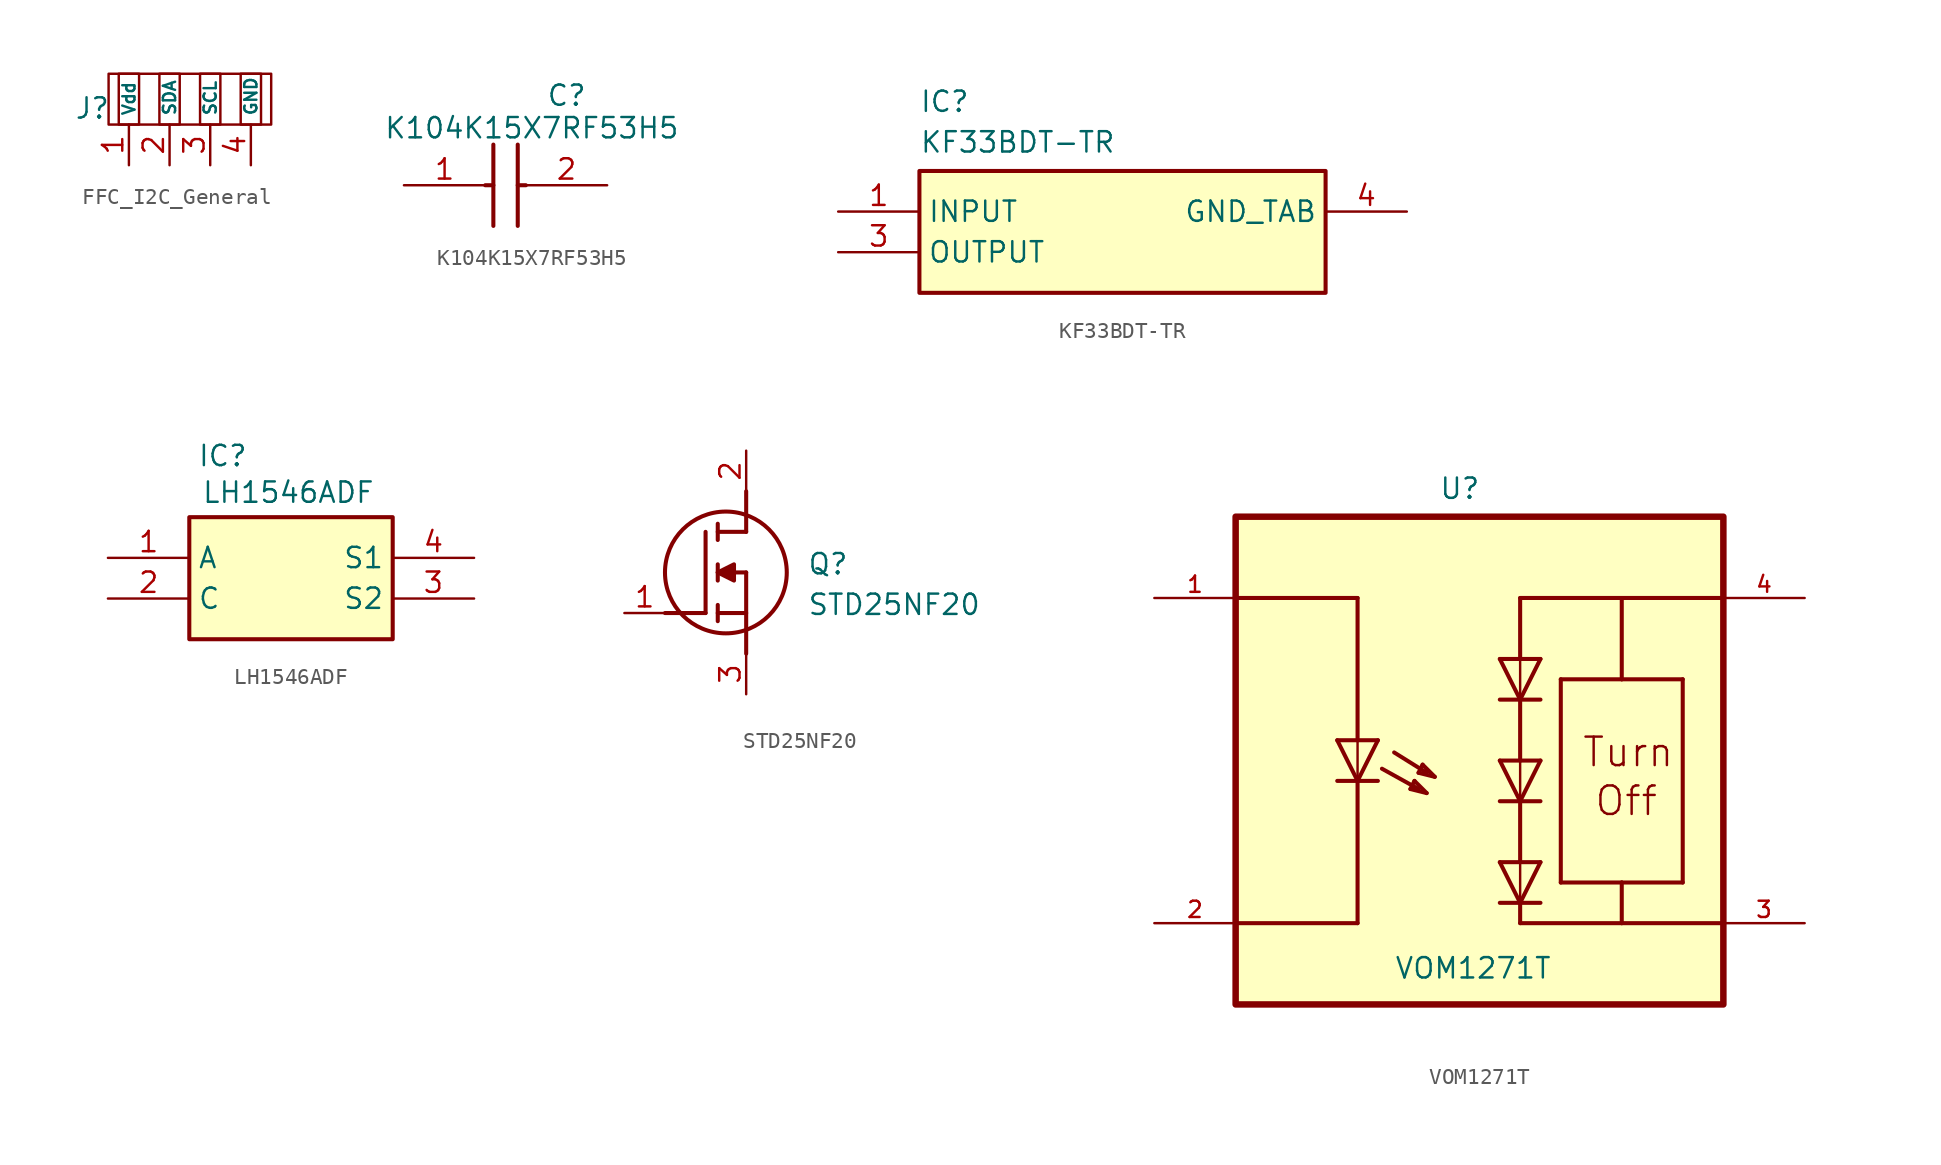
<source format=kicad_sym>
(kicad_symbol_lib
  (version 20231120)
  (generator "kicad_symbol_editor")
  (generator_version "8.0")
  (symbol "FFC_I2C_General"
    (property "Reference" "J"
      (at -1.016 1.016 0)
      (effects (font (size 1.27 1.27))))
    (property "Value" ""
      (at 0 0 0)
      (effects (font (size 1.27 1.27))))
    (symbol "FFC_I2C_General_0_1"
      (rectangle (start 0 3.175) (end 10.16 0) (stroke (width 0) (type default)) (fill (type none)))
      (rectangle (start 0.635 3.175) (end 1.905 0) (stroke (width 0) (type default)) (fill (type none)))
      (rectangle (start 3.175 3.175) (end 4.445 0) (stroke (width 0) (type default)) (fill (type none)))
      (rectangle (start 5.715 3.175) (end 6.985 0) (stroke (width 0) (type default)) (fill (type none)))
      (rectangle (start 8.255 3.175) (end 9.525 0) (stroke (width 0) (type default)) (fill (type none))))
    (symbol "FFC_I2C_General_1_1"
      (pin input line (at 1.27 -2.54 90) (length 2.54) (name "Vdd" (effects (font (size 0.762 0.762)))) (number "1" (effects (font (size 1.27 1.27)))))
      (pin input line (at 3.81 -2.54 90) (length 2.54) (name "SDA" (effects (font (size 0.762 0.762)))) (number "2" (effects (font (size 1.27 1.27)))))
      (pin input line (at 6.35 -2.54 90) (length 2.54) (name "SCL" (effects (font (size 0.762 0.762)))) (number "3" (effects (font (size 1.27 1.27)))))
      (pin input line (at 8.89 -2.54 90) (length 2.54) (name "GND" (effects (font (size 0.762 0.762)))) (number "4" (effects (font (size 1.27 1.27)))))))
  (symbol "K104K15X7RF53H5"
    (pin_names hide)
    (property "Reference" "C"
      (at 8.89 6.35 0)
      (effects (font (size 1.27 1.27)) (justify left top)))
    (property "Value" "K104K15X7RF53H5"
      (at -1.27 4.318 0)
      (effects (font (size 1.27 1.27)) (justify left top)))
    (symbol "K104K15X7RF53H5_1_1"
      (polyline (pts (xy 5.08 0) (xy 5.588 0)) (stroke (width 0.254) (type default)) (fill (type none)))
      (polyline (pts (xy 5.588 2.54) (xy 5.588 -2.54)) (stroke (width 0.254) (type default)) (fill (type none)))
      (polyline (pts (xy 7.112 0) (xy 7.62 0)) (stroke (width 0.254) (type default)) (fill (type none)))
      (polyline (pts (xy 7.112 2.54) (xy 7.112 -2.54)) (stroke (width 0.254) (type default)) (fill (type none)))
      (pin passive line (at 0 0 0) (length 5.08) (name "1" (effects (font (size 1.27 1.27)))) (number "1" (effects (font (size 1.27 1.27)))))
      (pin passive line (at 12.7 0 180) (length 5.08) (name "2" (effects (font (size 1.27 1.27)))) (number "2" (effects (font (size 1.27 1.27)))))))
  (symbol "KF33BDT-TR"
    (property "Reference" "IC"
      (at 5.08 7.62 0)
      (effects (font (size 1.27 1.27)) (justify left top)))
    (property "Value" "KF33BDT-TR"
      (at 5.08 5.08 0)
      (effects (font (size 1.27 1.27)) (justify left top)))
    (symbol "KF33BDT-TR_1_1"
      (rectangle (start 5.08 2.54) (end 30.48 -5.08) (stroke (width 0.254) (type default)) (fill (type background)))
      (pin input line (at 0 0 0) (length 5.08) (name "INPUT" (effects (font (size 1.27 1.27)))) (number "1" (effects (font (size 1.27 1.27)))))
      (pin output line (at 0 -2.54 0) (length 5.08) (name "OUTPUT" (effects (font (size 1.27 1.27)))) (number "3" (effects (font (size 1.27 1.27)))))
      (pin power_in line (at 35.56 0 180) (length 5.08) (name "GND_TAB" (effects (font (size 1.27 1.27)))) (number "4" (effects (font (size 1.27 1.27)))))))
  (symbol "LH1546ADF"
    (property "Reference" "IC"
      (at 5.588 7.112 0)
      (effects (font (size 1.27 1.27)) (justify left top)))
    (property "Value" "LH1546ADF"
      (at 5.842 4.826 0)
      (effects (font (size 1.27 1.27)) (justify left top)))
    (symbol "LH1546ADF_1_1"
      (rectangle (start 5.08 2.54) (end 17.78 -5.08) (stroke (width 0.254) (type default)) (fill (type background)))
      (pin passive line (at 0 0 0) (length 5.08) (name "A" (effects (font (size 1.27 1.27)))) (number "1" (effects (font (size 1.27 1.27)))))
      (pin passive line (at 0 -2.54 0) (length 5.08) (name "C" (effects (font (size 1.27 1.27)))) (number "2" (effects (font (size 1.27 1.27)))))
      (pin passive line (at 22.86 -2.54 180) (length 5.08) (name "S2" (effects (font (size 1.27 1.27)))) (number "3" (effects (font (size 1.27 1.27)))))
      (pin passive line (at 22.86 0 180) (length 5.08) (name "S1" (effects (font (size 1.27 1.27)))) (number "4" (effects (font (size 1.27 1.27)))))))
  (symbol "STD25NF20"
    (pin_names hide)
    (property "Reference" "Q"
      (at 11.43 3.81 0)
      (effects (font (size 1.27 1.27)) (justify left top)))
    (property "Value" "STD25NF20"
      (at 11.43 1.27 0)
      (effects (font (size 1.27 1.27)) (justify left top)))
    (symbol "STD25NF20_1_1"
      (polyline (pts (xy 2.54 0) (xy 5.08 0)) (stroke (width 0.254) (type default)) (fill (type none)))
      (polyline (pts (xy 5.08 5.08) (xy 5.08 0)) (stroke (width 0.254) (type default)) (fill (type none)))
      (polyline (pts (xy 5.842 -0.508) (xy 5.842 0.508)) (stroke (width 0.254) (type default)) (fill (type none)))
      (polyline (pts (xy 5.842 0) (xy 7.62 0)) (stroke (width 0.254) (type default)) (fill (type none)))
      (polyline (pts (xy 5.842 2.032) (xy 5.842 3.048)) (stroke (width 0.254) (type default)) (fill (type none)))
      (polyline (pts (xy 5.842 5.588) (xy 5.842 4.572)) (stroke (width 0.254) (type default)) (fill (type none)))
      (polyline (pts (xy 7.62 2.54) (xy 5.842 2.54)) (stroke (width 0.254) (type default)) (fill (type none)))
      (polyline (pts (xy 7.62 2.54) (xy 7.62 -2.54)) (stroke (width 0.254) (type default)) (fill (type none)))
      (polyline (pts (xy 7.62 5.08) (xy 5.842 5.08)) (stroke (width 0.254) (type default)) (fill (type none)))
      (polyline (pts (xy 7.62 5.08) (xy 7.62 7.62)) (stroke (width 0.254) (type default)) (fill (type none)))
      (polyline (pts (xy 5.842 2.54) (xy 6.858 3.048) (xy 6.858 2.032) (xy 5.842 2.54)) (stroke (width 0.254) (type default)) (fill (type outline)))
      (circle (center 6.35 2.54) (radius 3.81) (stroke (width 0.254) (type default)) (fill (type none)))
      (pin passive line (at 0 0 0) (length 2.54) (name "G" (effects (font (size 1.27 1.27)))) (number "1" (effects (font (size 1.27 1.27)))))
      (pin passive line (at 7.62 10.16 270) (length 2.54) (name "D" (effects (font (size 1.27 1.27)))) (number "2" (effects (font (size 1.27 1.27)))))
      (pin passive line (at 7.62 -5.08 90) (length 2.54) (name "S" (effects (font (size 1.27 1.27)))) (number "3" (effects (font (size 1.27 1.27)))))))
  (symbol "VOM1271T"
    (pin_names
      (offset 1.016))
    (property "Reference" "U"
      (at -2.54 16.257 0)
      (effects (font (size 1.27 1.27)) (justify left bottom)))
    (property "Value" "VOM1271T"
      (at -5.334 -13.716 0)
      (effects (font (size 1.27 1.27)) (justify left bottom)))
    (symbol "VOM1271T_0_0"
      (rectangle (start -15.24 -15.24) (end 15.24 15.24) (stroke (width 0.406) (type default)) (fill (type background)))
      (polyline (pts (xy -15.24 10.16) (xy -7.62 10.16)) (stroke (width 0.254) (type default)) (fill (type none)))
      (polyline (pts (xy -7.62 -10.16) (xy -15.24 -10.16)) (stroke (width 0.254) (type default)) (fill (type none)))
      (polyline (pts (xy -7.62 -1.27) (xy -8.89 -1.27)) (stroke (width 0.254) (type default)) (fill (type none)))
      (polyline (pts (xy -7.62 -1.27) (xy -8.89 1.27)) (stroke (width 0.254) (type default)) (fill (type none)))
      (polyline (pts (xy -7.62 -1.27) (xy -7.62 -10.16)) (stroke (width 0.254) (type default)) (fill (type none)))
      (polyline (pts (xy -7.62 1.27) (xy -8.89 1.27)) (stroke (width 0.254) (type default)) (fill (type none)))
      (polyline (pts (xy -7.62 1.27) (xy -7.62 -1.27)) (stroke (width 0.152) (type default)) (fill (type none)))
      (polyline (pts (xy -7.62 10.16) (xy -7.62 1.27)) (stroke (width 0.254) (type default)) (fill (type none)))
      (polyline (pts (xy -6.35 -1.27) (xy -7.62 -1.27)) (stroke (width 0.254) (type default)) (fill (type none)))
      (polyline (pts (xy -6.35 1.27) (xy -7.62 -1.27)) (stroke (width 0.254) (type default)) (fill (type none)))
      (polyline (pts (xy -6.35 1.27) (xy -7.62 1.27)) (stroke (width 0.254) (type default)) (fill (type none)))
      (polyline (pts (xy -4.318 -1.778) (xy -3.302 -2.032)) (stroke (width 0.254) (type default)) (fill (type none)))
      (polyline (pts (xy -4.064 -1.27) (xy -4.318 -1.778)) (stroke (width 0.254) (type default)) (fill (type none)))
      (polyline (pts (xy -3.81 -1.778) (xy -6.096 -0.508)) (stroke (width 0.254) (type default)) (fill (type none)))
      (polyline (pts (xy -3.81 -0.762) (xy -2.794 -1.016)) (stroke (width 0.254) (type default)) (fill (type none)))
      (polyline (pts (xy -3.556 -0.254) (xy -3.81 -0.762)) (stroke (width 0.254) (type default)) (fill (type none)))
      (polyline (pts (xy -3.302 -2.032) (xy -4.064 -1.27)) (stroke (width 0.254) (type default)) (fill (type none)))
      (polyline (pts (xy -3.302 -0.762) (xy -5.334 0.508)) (stroke (width 0.254) (type default)) (fill (type none)))
      (polyline (pts (xy -2.794 -1.016) (xy -3.556 -0.254)) (stroke (width 0.254) (type default)) (fill (type none)))
      (polyline (pts (xy 2.54 -10.16) (xy 8.89 -10.16)) (stroke (width 0.254) (type default)) (fill (type none)))
      (polyline (pts (xy 2.54 -8.89) (xy 1.27 -8.89)) (stroke (width 0.254) (type default)) (fill (type none)))
      (polyline (pts (xy 2.54 -8.89) (xy 1.27 -6.35)) (stroke (width 0.254) (type default)) (fill (type none)))
      (polyline (pts (xy 2.54 -8.89) (xy 2.54 -10.16)) (stroke (width 0.254) (type default)) (fill (type none)))
      (polyline (pts (xy 2.54 -6.35) (xy 1.27 -6.35)) (stroke (width 0.254) (type default)) (fill (type none)))
      (polyline (pts (xy 2.54 -6.35) (xy 2.54 -8.89)) (stroke (width 0.152) (type default)) (fill (type none)))
      (polyline (pts (xy 2.54 -2.54) (xy 1.27 -2.54)) (stroke (width 0.254) (type default)) (fill (type none)))
      (polyline (pts (xy 2.54 -2.54) (xy 1.27 0)) (stroke (width 0.254) (type default)) (fill (type none)))
      (polyline (pts (xy 2.54 -2.54) (xy 2.54 -6.35)) (stroke (width 0.254) (type default)) (fill (type none)))
      (polyline (pts (xy 2.54 0) (xy 1.27 0)) (stroke (width 0.254) (type default)) (fill (type none)))
      (polyline (pts (xy 2.54 0) (xy 2.54 -2.54)) (stroke (width 0.152) (type default)) (fill (type none)))
      (polyline (pts (xy 2.54 3.81) (xy 1.27 3.81)) (stroke (width 0.254) (type default)) (fill (type none)))
      (polyline (pts (xy 2.54 3.81) (xy 1.27 6.35)) (stroke (width 0.254) (type default)) (fill (type none)))
      (polyline (pts (xy 2.54 3.81) (xy 2.54 0)) (stroke (width 0.254) (type default)) (fill (type none)))
      (polyline (pts (xy 2.54 6.35) (xy 1.27 6.35)) (stroke (width 0.254) (type default)) (fill (type none)))
      (polyline (pts (xy 2.54 6.35) (xy 2.54 3.81)) (stroke (width 0.152) (type default)) (fill (type none)))
      (polyline (pts (xy 2.54 10.16) (xy 2.54 6.35)) (stroke (width 0.254) (type default)) (fill (type none)))
      (polyline (pts (xy 3.81 -8.89) (xy 2.54 -8.89)) (stroke (width 0.254) (type default)) (fill (type none)))
      (polyline (pts (xy 3.81 -6.35) (xy 2.54 -8.89)) (stroke (width 0.254) (type default)) (fill (type none)))
      (polyline (pts (xy 3.81 -6.35) (xy 2.54 -6.35)) (stroke (width 0.254) (type default)) (fill (type none)))
      (polyline (pts (xy 3.81 -2.54) (xy 2.54 -2.54)) (stroke (width 0.254) (type default)) (fill (type none)))
      (polyline (pts (xy 3.81 0) (xy 2.54 -2.54)) (stroke (width 0.254) (type default)) (fill (type none)))
      (polyline (pts (xy 3.81 0) (xy 2.54 0)) (stroke (width 0.254) (type default)) (fill (type none)))
      (polyline (pts (xy 3.81 3.81) (xy 2.54 3.81)) (stroke (width 0.254) (type default)) (fill (type none)))
      (polyline (pts (xy 3.81 6.35) (xy 2.54 3.81)) (stroke (width 0.254) (type default)) (fill (type none)))
      (polyline (pts (xy 3.81 6.35) (xy 2.54 6.35)) (stroke (width 0.254) (type default)) (fill (type none)))
      (polyline (pts (xy 5.08 -7.62) (xy 5.08 5.08)) (stroke (width 0.254) (type default)) (fill (type none)))
      (polyline (pts (xy 5.08 5.08) (xy 8.89 5.08)) (stroke (width 0.254) (type default)) (fill (type none)))
      (polyline (pts (xy 8.89 -10.16) (xy 15.24 -10.16)) (stroke (width 0.254) (type default)) (fill (type none)))
      (polyline (pts (xy 8.89 -7.62) (xy 5.08 -7.62)) (stroke (width 0.254) (type default)) (fill (type none)))
      (polyline (pts (xy 8.89 -7.62) (xy 8.89 -10.16)) (stroke (width 0.254) (type default)) (fill (type none)))
      (polyline (pts (xy 8.89 5.08) (xy 8.89 10.16)) (stroke (width 0.254) (type default)) (fill (type none)))
      (polyline (pts (xy 8.89 5.08) (xy 12.7 5.08)) (stroke (width 0.254) (type default)) (fill (type none)))
      (polyline (pts (xy 8.89 10.16) (xy 2.54 10.16)) (stroke (width 0.254) (type default)) (fill (type none)))
      (polyline (pts (xy 8.89 10.16) (xy 15.24 10.16)) (stroke (width 0.254) (type default)) (fill (type none)))
      (polyline (pts (xy 12.7 -7.62) (xy 8.89 -7.62)) (stroke (width 0.254) (type default)) (fill (type none)))
      (polyline (pts (xy 12.7 5.08) (xy 12.7 -7.62)) (stroke (width 0.254) (type default)) (fill (type none)))
      (text "Off" (at 7.119 -3.559 0) (effects (font (size 1.78 1.78)) (justify left bottom)))
      (text "Turn" (at 6.356 -0.508 0) (effects (font (size 1.78 1.78)) (justify left bottom)))
      (pin passive line (at -20.32 10.16 0) (length 5.08) (name "~" (effects (font (size 1.016 1.016)))) (number "1" (effects (font (size 1.016 1.016)))))
      (pin passive line (at -20.32 -10.16 0) (length 5.08) (name "~" (effects (font (size 1.016 1.016)))) (number "2" (effects (font (size 1.016 1.016)))))
      (pin passive line (at 20.32 -10.16 180) (length 5.08) (name "~" (effects (font (size 1.016 1.016)))) (number "3" (effects (font (size 1.016 1.016)))))
      (pin passive line (at 20.32 10.16 180) (length 5.08) (name "~" (effects (font (size 1.016 1.016)))) (number "4" (effects (font (size 1.016 1.016))))))))
</source>
